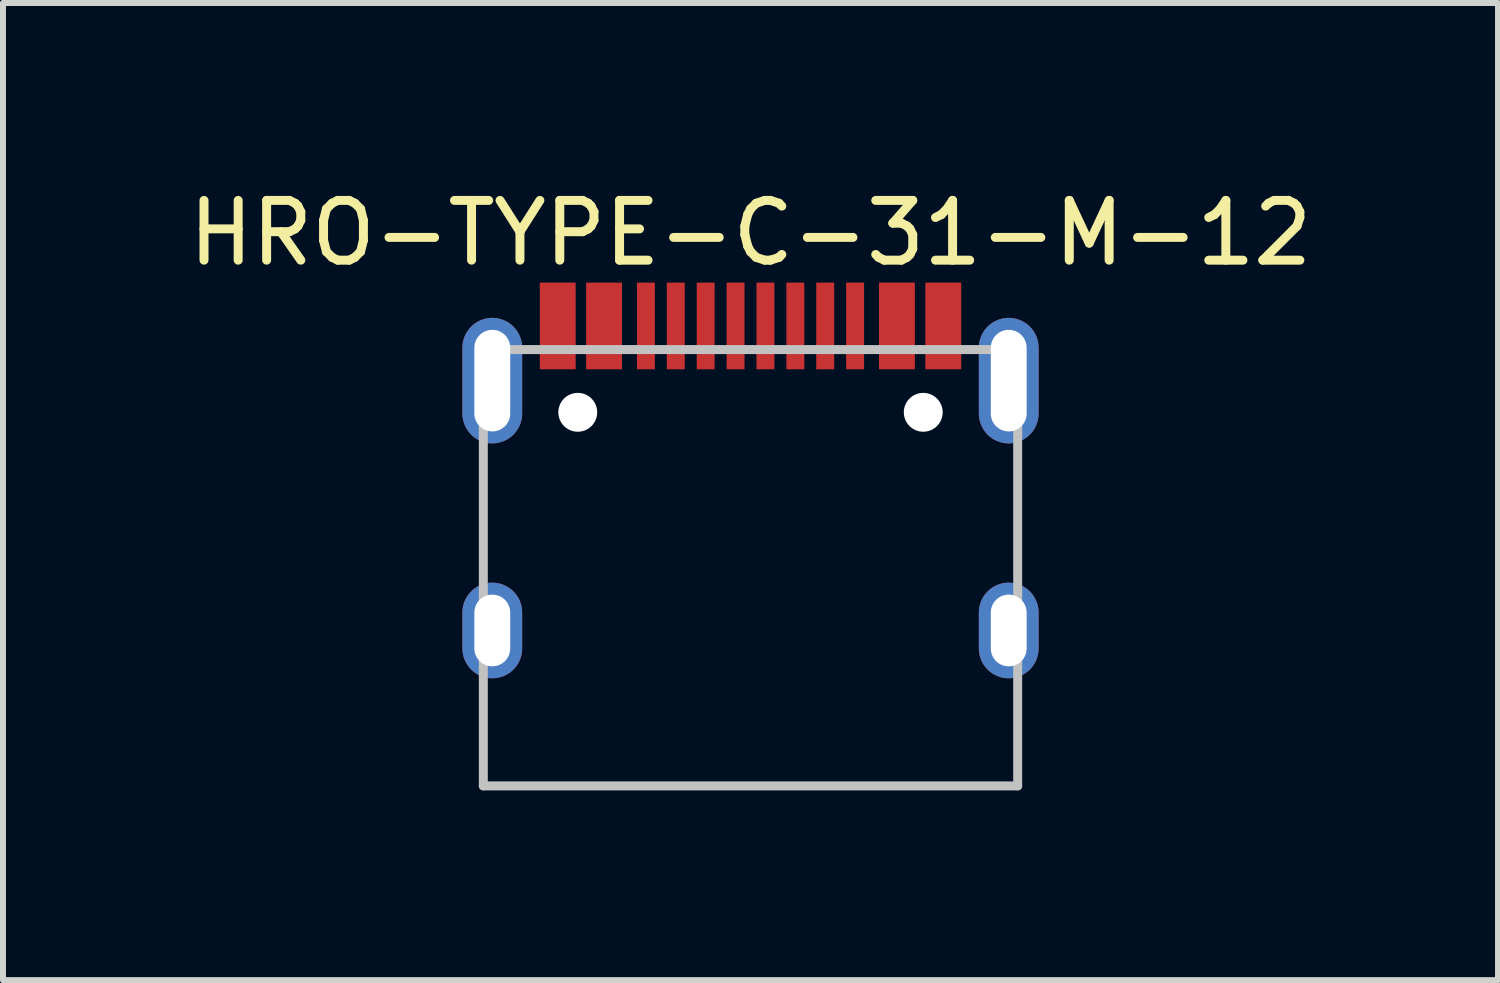
<source format=kicad_pcb>
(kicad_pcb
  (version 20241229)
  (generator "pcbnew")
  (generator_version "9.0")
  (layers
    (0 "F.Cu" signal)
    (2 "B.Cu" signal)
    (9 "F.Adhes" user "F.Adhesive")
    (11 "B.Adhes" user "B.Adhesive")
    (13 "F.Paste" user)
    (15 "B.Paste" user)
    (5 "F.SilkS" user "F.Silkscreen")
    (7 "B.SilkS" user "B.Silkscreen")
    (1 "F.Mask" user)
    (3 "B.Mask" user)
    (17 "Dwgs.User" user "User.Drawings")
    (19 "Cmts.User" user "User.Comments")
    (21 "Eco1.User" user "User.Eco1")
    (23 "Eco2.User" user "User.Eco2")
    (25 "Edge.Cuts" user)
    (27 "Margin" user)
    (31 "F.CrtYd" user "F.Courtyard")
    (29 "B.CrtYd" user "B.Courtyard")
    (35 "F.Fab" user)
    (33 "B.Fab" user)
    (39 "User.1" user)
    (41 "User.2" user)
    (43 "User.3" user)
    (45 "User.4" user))
  (footprint "HRO-TYPE-C-31-M-12"
    (layer "F.Cu")
    (at 9.506 10.098)
    (property "Reference" "HRO-TYPE-C-31-M-12" (at 0 -9.25 0) (layer "F.SilkS") (effects (font (size 1 1) (thickness 0.15))))
    (attr smd)
    (fp_line (start -4.47 -7.3) (end 4.47 -7.3) (stroke (width 0.15) (type solid)) (layer "Dwgs.User"))
    (fp_line (start -4.47 0) (end -4.47 -7.3) (stroke (width 0.15) (type solid)) (layer "Dwgs.User"))
    (fp_line (start -4.47 0) (end 4.47 0) (stroke (width 0.15) (type solid)) (layer "Dwgs.User"))
    (fp_line (start 4.47 0) (end 4.47 -7.3) (stroke (width 0.15) (type solid)) (layer "Dwgs.User"))
    (pad "" np_thru_hole circle (at -2.89 -6.25) (size 0.65 0.65) (drill 0.65) (layers "*.Cu" "*.Mask"))
    (pad "" np_thru_hole circle (at 2.89 -6.25) (size 0.65 0.65) (drill 0.65) (layers "*.Cu" "*.Mask"))
    (pad "A1" smd rect (at -3.225 -7.695) (size 0.6 1.45) (layers "F.Cu" "F.Mask" "F.Paste"))
    (pad "A1" smd rect (at 3.225 -7.695) (size 0.6 1.45) (layers "F.Cu" "F.Mask" "F.Paste"))
    (pad "A4" smd rect (at -2.45 -7.695) (size 0.6 1.45) (layers "F.Cu" "F.Mask" "F.Paste"))
    (pad "A4" smd rect (at 2.45 -7.695) (size 0.6 1.45) (layers "F.Cu" "F.Mask" "F.Paste"))
    (pad "A5" smd rect (at -1.25 -7.695) (size 0.3 1.45) (layers "F.Cu" "F.Mask" "F.Paste"))
    (pad "A6" smd rect (at -0.25 -7.695) (size 0.3 1.45) (layers "F.Cu" "F.Mask" "F.Paste"))
    (pad "A7" smd rect (at 0.25 -7.695) (size 0.3 1.45) (layers "F.Cu" "F.Mask" "F.Paste"))
    (pad "A8" smd rect (at 1.25 -7.695) (size 0.3 1.45) (layers "F.Cu" "F.Mask" "F.Paste"))
    (pad "B5" smd rect (at 1.75 -7.695) (size 0.3 1.45) (layers "F.Cu" "F.Mask" "F.Paste"))
    (pad "B6" smd rect (at 0.75 -7.695) (size 0.3 1.45) (layers "F.Cu" "F.Mask" "F.Paste"))
    (pad "B7" smd rect (at -0.75 -7.695) (size 0.3 1.45) (layers "F.Cu" "F.Mask" "F.Paste"))
    (pad "B8" smd rect (at -1.75 -7.695) (size 0.3 1.45) (layers "F.Cu" "F.Mask" "F.Paste"))
    (pad "S1" thru_hole oval (at -4.32 -6.78) (size 1 2.1) (drill oval 0.6 1.7) (layers "*.Cu" "B.Mask"))
    (pad "S1" thru_hole oval (at -4.32 -2.6) (size 1 1.6) (drill oval 0.6 1.2) (layers "*.Cu" "B.Mask"))
    (pad "S1" thru_hole oval (at 4.32 -6.78) (size 1 2.1) (drill oval 0.6 1.7) (layers "*.Cu" "B.Mask"))
    (pad "S1" thru_hole oval (at 4.32 -2.6) (size 1 1.6) (drill oval 0.6 1.2) (layers "*.Cu" "B.Mask")))
  (gr_rect
    (start -3 -3)
    (end 22.012 13.348)
    (stroke (width 0.1) (type default))
    (fill no)
    (layer "Edge.Cuts")))
</source>
